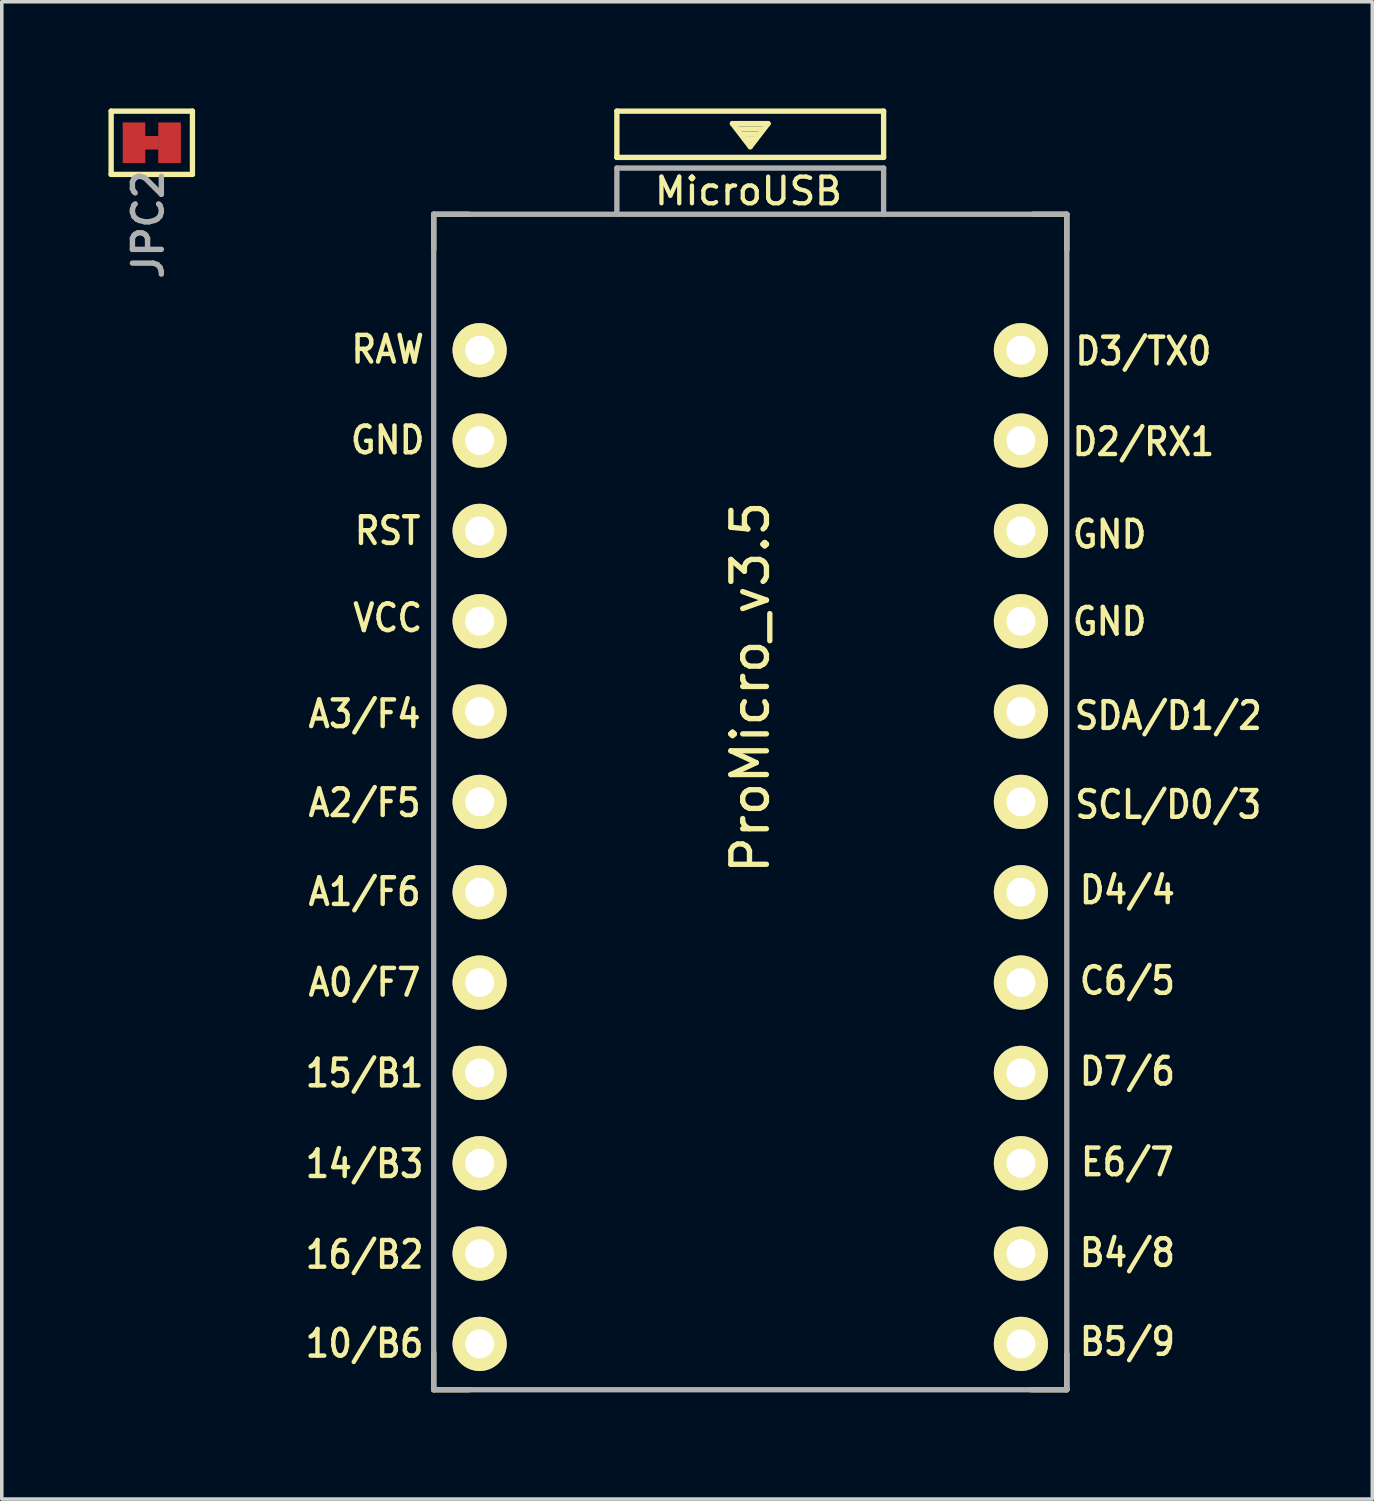
<source format=kicad_pcb>
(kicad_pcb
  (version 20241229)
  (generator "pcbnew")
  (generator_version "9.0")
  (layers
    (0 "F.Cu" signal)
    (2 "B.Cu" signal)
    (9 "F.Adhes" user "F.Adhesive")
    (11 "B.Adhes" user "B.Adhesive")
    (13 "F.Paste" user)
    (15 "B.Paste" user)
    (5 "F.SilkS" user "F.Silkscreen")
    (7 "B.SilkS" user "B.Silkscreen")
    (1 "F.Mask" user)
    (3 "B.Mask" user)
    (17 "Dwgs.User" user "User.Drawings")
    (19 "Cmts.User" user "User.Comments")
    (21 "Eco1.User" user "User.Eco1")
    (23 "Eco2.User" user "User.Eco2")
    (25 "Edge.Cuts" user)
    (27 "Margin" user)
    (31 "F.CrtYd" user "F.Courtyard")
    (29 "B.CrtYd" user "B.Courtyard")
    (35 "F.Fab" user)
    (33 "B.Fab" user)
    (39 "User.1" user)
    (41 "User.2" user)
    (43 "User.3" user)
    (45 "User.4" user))
  (footprint "ProMicro_v3.5"
    (layer "F.Cu")
    (at 18.045 21.275)
    (property "Reference" "ProMicro_v3.5" (at 0 -5 270) (layer "F.SilkS") (effects (font (size 1 1) (thickness 0.15))))
    (attr through_hole)
    (fp_line (start -8.9 -18.3) (end -8.9 -17.3) (stroke (width 0.15) (type solid)) (layer "F.SilkS"))
    (fp_line (start -8.9 -18.3) (end -7.9 -18.3) (stroke (width 0.15) (type solid)) (layer "F.SilkS"))
    (fp_line (start -8.9 13.7) (end -8.9 14.75) (stroke (width 0.15) (type solid)) (layer "F.SilkS"))
    (fp_line (start -8.9 14.75) (end -7.9 14.75) (stroke (width 0.15) (type solid)) (layer "F.SilkS"))
    (fp_line (start -3.75 -21.2) (end -3.75 -19.9) (stroke (width 0.15) (type solid)) (layer "F.SilkS"))
    (fp_line (start -3.75 -19.9) (end 3.75 -19.9) (stroke (width 0.15) (type solid)) (layer "F.SilkS"))
    (fp_line (start -0.5 -20.85) (end 0.5 -20.85) (stroke (width 0.15) (type solid)) (layer "F.SilkS"))
    (fp_line (start -0.35 -20.7) (end 0.35 -20.7) (stroke (width 0.15) (type solid)) (layer "F.SilkS"))
    (fp_line (start -0.25 -20.55) (end 0.25 -20.55) (stroke (width 0.15) (type solid)) (layer "F.SilkS"))
    (fp_line (start -0.15 -20.4) (end 0.15 -20.4) (stroke (width 0.15) (type solid)) (layer "F.SilkS"))
    (fp_line (start 0 -20.2) (end -0.5 -20.85) (stroke (width 0.15) (type solid)) (layer "F.SilkS"))
    (fp_line (start 0.5 -20.85) (end 0 -20.2) (stroke (width 0.15) (type solid)) (layer "F.SilkS"))
    (fp_line (start 3.75 -21.2) (end -3.75 -21.2) (stroke (width 0.15) (type solid)) (layer "F.SilkS"))
    (fp_line (start 3.75 -19.9) (end 3.75 -21.2) (stroke (width 0.15) (type solid)) (layer "F.SilkS"))
    (fp_line (start 8.9 -18.3) (end 7.95 -18.3) (stroke (width 0.15) (type solid)) (layer "F.SilkS"))
    (fp_line (start 8.9 -18.3) (end 8.9 -17.3) (stroke (width 0.15) (type solid)) (layer "F.SilkS"))
    (fp_line (start 8.9 13.75) (end 8.9 14.75) (stroke (width 0.15) (type solid)) (layer "F.SilkS"))
    (fp_line (start 8.9 14.75) (end 7.89 14.75) (stroke (width 0.15) (type solid)) (layer "F.SilkS"))
    (fp_line (start -8.9 -18.3) (end -3.75 -18.3) (stroke (width 0.15) (type solid)) (layer "F.Fab"))
    (fp_line (start -8.9 14.75) (end -8.9 -18.3) (stroke (width 0.15) (type solid)) (layer "F.Fab"))
    (fp_line (start -3.75 -19.6) (end -3.75 -18.299) (stroke (width 0.15) (type solid)) (layer "F.Fab"))
    (fp_line (start -3.75 -19.6) (end 3.75 -19.6) (stroke (width 0.15) (type solid)) (layer "F.Fab"))
    (fp_line (start -3.75 -18.3) (end 3.75 -18.3) (stroke (width 0.15) (type solid)) (layer "F.Fab"))
    (fp_line (start 3.75 -19.6) (end 3.75 -18.3) (stroke (width 0.15) (type solid)) (layer "F.Fab"))
    (fp_line (start 3.76 -18.3) (end 8.9 -18.3) (stroke (width 0.15) (type solid)) (layer "F.Fab"))
    (fp_line (start 8.9 -18.3) (end 8.9 14.75) (stroke (width 0.15) (type solid)) (layer "F.Fab"))
    (fp_line (start 8.9 14.75) (end -8.9 14.75) (stroke (width 0.15) (type solid)) (layer "F.Fab"))
    (fp_text user "RST" (at -10.195 -9.4 0) (unlocked yes) (layer "F.SilkS") (effects (font (size 0.75 0.67) (thickness 0.125))))
    (fp_text user "GND" (at -10.195 -11.95 0) (unlocked yes) (layer "F.SilkS") (effects (font (size 0.75 0.67) (thickness 0.125))))
    (fp_text user "15/B1" (at -10.845 5.85 0) (unlocked yes) (layer "F.SilkS") (effects (font (size 0.75 0.67) (thickness 0.125))))
    (fp_text user "VCC" (at -10.195 -6.95 0) (unlocked yes) (layer "F.SilkS") (effects (font (size 0.75 0.67) (thickness 0.125))))
    (fp_text user "16/B2" (at -10.845 10.95 0) (unlocked yes) (layer "F.SilkS") (effects (font (size 0.75 0.67) (thickness 0.125))))
    (fp_text user "D4/4" (at 10.605 0.7 0) (unlocked yes) (layer "F.SilkS") (effects (font (size 0.75 0.67) (thickness 0.125))))
    (fp_text user "E6/7" (at 10.605 8.35 0) (unlocked yes) (layer "F.SilkS") (effects (font (size 0.75 0.67) (thickness 0.125))))
    (fp_text user "A1/F6" (at -10.845 0.75 0) (unlocked yes) (layer "F.SilkS") (effects (font (size 0.75 0.67) (thickness 0.125))))
    (fp_text user "14/B3" (at -10.845 8.4 0) (unlocked yes) (layer "F.SilkS") (effects (font (size 0.75 0.67) (thickness 0.125))))
    (fp_text user "10/B6" (at -10.845 13.45 0) (unlocked yes) (layer "F.SilkS") (effects (font (size 0.75 0.67) (thickness 0.125))))
    (fp_text user "GND" (at 10.105 -6.85 0) (unlocked yes) (layer "F.SilkS") (effects (font (size 0.75 0.67) (thickness 0.125))))
    (fp_text user "D3/TX0" (at 11.055 -14.45 0) (unlocked yes) (layer "F.SilkS") (effects (font (size 0.75 0.67) (thickness 0.125))))
    (fp_text user "D2/RX1" (at 11.055 -11.9 0) (unlocked yes) (layer "F.SilkS") (effects (font (size 0.75 0.67) (thickness 0.125))))
    (fp_text user "A2/F5" (at -10.845 -1.75 0) (unlocked yes) (layer "F.SilkS") (effects (font (size 0.75 0.67) (thickness 0.125))))
    (fp_text user "D7/6" (at 10.605 5.8 0) (unlocked yes) (layer "F.SilkS") (effects (font (size 0.75 0.67) (thickness 0.125))))
    (fp_text user "SCL/D0/3" (at 11.755 -1.7 0) (unlocked yes) (layer "F.SilkS") (effects (font (size 0.75 0.67) (thickness 0.125))))
    (fp_text user "SDA/D1/2" (at 11.755 -4.2 0) (unlocked yes) (layer "F.SilkS") (effects (font (size 0.75 0.67) (thickness 0.125))))
    (fp_text user "A0/F7" (at -10.845 3.3 0) (unlocked yes) (layer "F.SilkS") (effects (font (size 0.75 0.67) (thickness 0.125))))
    (fp_text user "RAW" (at -10.195 -14.5 0) (unlocked yes) (layer "F.SilkS") (effects (font (size 0.75 0.67) (thickness 0.125))))
    (fp_text user "" (at -0.545 -17.4 0) (layer "F.SilkS") (effects (font (size 1 1) (thickness 0.15))))
    (fp_text user "GND" (at 10.105 -9.3 0) (unlocked yes) (layer "F.SilkS") (effects (font (size 0.75 0.67) (thickness 0.125))))
    (fp_text user "MicroUSB" (at -0.05 -18.95 0) (layer "F.SilkS") (effects (font (size 0.75 0.75) (thickness 0.12))))
    (fp_text user "B4/8" (at 10.605 10.9 0) (unlocked yes) (layer "F.SilkS") (effects (font (size 0.75 0.67) (thickness 0.125))))
    (fp_text user "C6/5" (at 10.605 3.25 0) (unlocked yes) (layer "F.SilkS") (effects (font (size 0.75 0.67) (thickness 0.125))))
    (fp_text user "B5/9" (at 10.605 13.4 0) (unlocked yes) (layer "F.SilkS") (effects (font (size 0.75 0.67) (thickness 0.125))))
    (fp_text user "A3/F4" (at -10.845 -4.25 0) (unlocked yes) (layer "F.SilkS") (effects (font (size 0.75 0.67) (thickness 0.125))))
    (fp_text user "" (at -1.252 -16.256 0) (layer "B.SilkS") (effects (font (size 1 1) (thickness 0.15)) (justify mirror)))
    (pad "1" thru_hole circle (at 7.611 -14.478) (size 1.524 1.524) (drill 0.813) (layers "*.Cu" "B.Mask" "F.SilkS"))
    (pad "2" thru_hole circle (at 7.611 -11.938) (size 1.524 1.524) (drill 0.813) (layers "*.Cu" "B.Mask" "F.SilkS"))
    (pad "3" thru_hole circle (at 7.611 -9.398) (size 1.524 1.524) (drill 0.813) (layers "*.Cu" "B.Mask" "F.SilkS"))
    (pad "4" thru_hole circle (at 7.611 -6.858) (size 1.524 1.524) (drill 0.813) (layers "*.Cu" "B.Mask" "F.SilkS"))
    (pad "5" thru_hole circle (at 7.611 -4.318) (size 1.524 1.524) (drill 0.813) (layers "*.Cu" "B.Mask" "F.SilkS"))
    (pad "6" thru_hole circle (at 7.611 -1.778) (size 1.524 1.524) (drill 0.813) (layers "*.Cu" "B.Mask" "F.SilkS"))
    (pad "7" thru_hole circle (at 7.611 0.762) (size 1.524 1.524) (drill 0.813) (layers "*.Cu" "B.Mask" "F.SilkS"))
    (pad "8" thru_hole circle (at 7.611 3.302) (size 1.524 1.524) (drill 0.813) (layers "*.Cu" "B.Mask" "F.SilkS"))
    (pad "9" thru_hole circle (at 7.611 5.842) (size 1.524 1.524) (drill 0.813) (layers "*.Cu" "B.Mask" "F.SilkS"))
    (pad "10" thru_hole circle (at 7.611 8.382) (size 1.524 1.524) (drill 0.813) (layers "*.Cu" "B.Mask" "F.SilkS"))
    (pad "11" thru_hole circle (at 7.611 10.922) (size 1.524 1.524) (drill 0.813) (layers "*.Cu" "B.Mask" "F.SilkS"))
    (pad "12" thru_hole circle (at 7.611 13.462) (size 1.524 1.524) (drill 0.813) (layers "*.Cu" "B.Mask" "F.SilkS"))
    (pad "13" thru_hole circle (at -7.609 13.462) (size 1.524 1.524) (drill 0.813) (layers "*.Cu" "B.Mask" "F.SilkS"))
    (pad "14" thru_hole circle (at -7.609 10.922) (size 1.524 1.524) (drill 0.813) (layers "*.Cu" "B.Mask" "F.SilkS"))
    (pad "15" thru_hole circle (at -7.609 8.382) (size 1.524 1.524) (drill 0.813) (layers "*.Cu" "B.Mask" "F.SilkS"))
    (pad "16" thru_hole circle (at -7.609 5.842) (size 1.524 1.524) (drill 0.813) (layers "*.Cu" "B.Mask" "F.SilkS"))
    (pad "17" thru_hole circle (at -7.609 3.302) (size 1.524 1.524) (drill 0.813) (layers "*.Cu" "B.Mask" "F.SilkS"))
    (pad "18" thru_hole circle (at -7.609 0.762) (size 1.524 1.524) (drill 0.813) (layers "*.Cu" "B.Mask" "F.SilkS"))
    (pad "19" thru_hole circle (at -7.609 -1.778) (size 1.524 1.524) (drill 0.813) (layers "*.Cu" "B.Mask" "F.SilkS"))
    (pad "20" thru_hole circle (at -7.609 -4.318) (size 1.524 1.524) (drill 0.813) (layers "*.Cu" "B.Mask" "F.SilkS"))
    (pad "21" thru_hole circle (at -7.609 -6.858) (size 1.524 1.524) (drill 0.813) (layers "*.Cu" "B.Mask" "F.SilkS"))
    (pad "22" thru_hole circle (at -7.609 -9.398) (size 1.524 1.524) (drill 0.813) (layers "*.Cu" "B.Mask" "F.SilkS"))
    (pad "23" thru_hole circle (at -7.609 -11.938) (size 1.524 1.524) (drill 0.813) (layers "*.Cu" "B.Mask" "F.SilkS"))
    (pad "24" thru_hole circle (at -7.609 -14.478) (size 1.524 1.524) (drill 0.813) (layers "*.Cu" "B.Mask" "F.SilkS")))
  (footprint "JPC2"
    (layer "F.Cu")
    (at 1.218 0.964)
    (property "Reference" "JPC2" (at -0.1 2.3 270) (layer "F.Fab") (effects (font (size 0.813 0.813) (thickness 0.152))))
    (attr smd)
    (fp_line (start -1.143 -0.889) (end 1.143 -0.889) (stroke (width 0.15) (type solid)) (layer "F.SilkS"))
    (fp_line (start -1.143 0.889) (end -1.143 -0.889) (stroke (width 0.15) (type solid)) (layer "F.SilkS"))
    (fp_line (start 1.143 -0.889) (end 1.143 0.889) (stroke (width 0.15) (type solid)) (layer "F.SilkS"))
    (fp_line (start 1.143 0.889) (end -1.143 0.889) (stroke (width 0.15) (type solid)) (layer "F.SilkS"))
    (pad "" smd rect (at 0 0 90) (size 0.381 0.381) (layers "F.Cu" "F.Mask" "F.Paste"))
    (pad "1" smd rect (at -0.5 0) (size 0.635 1.143) (layers "F.Cu" "F.Mask" "F.Paste"))
    (pad "2" smd rect (at 0.5 0) (size 0.635 1.143) (layers "F.Cu" "F.Mask" "F.Paste")))
  (gr_rect
    (start -3 -3)
    (end 35.536 39.1)
    (stroke (width 0.1) (type default))
    (fill no)
    (layer "Edge.Cuts")))
</source>
